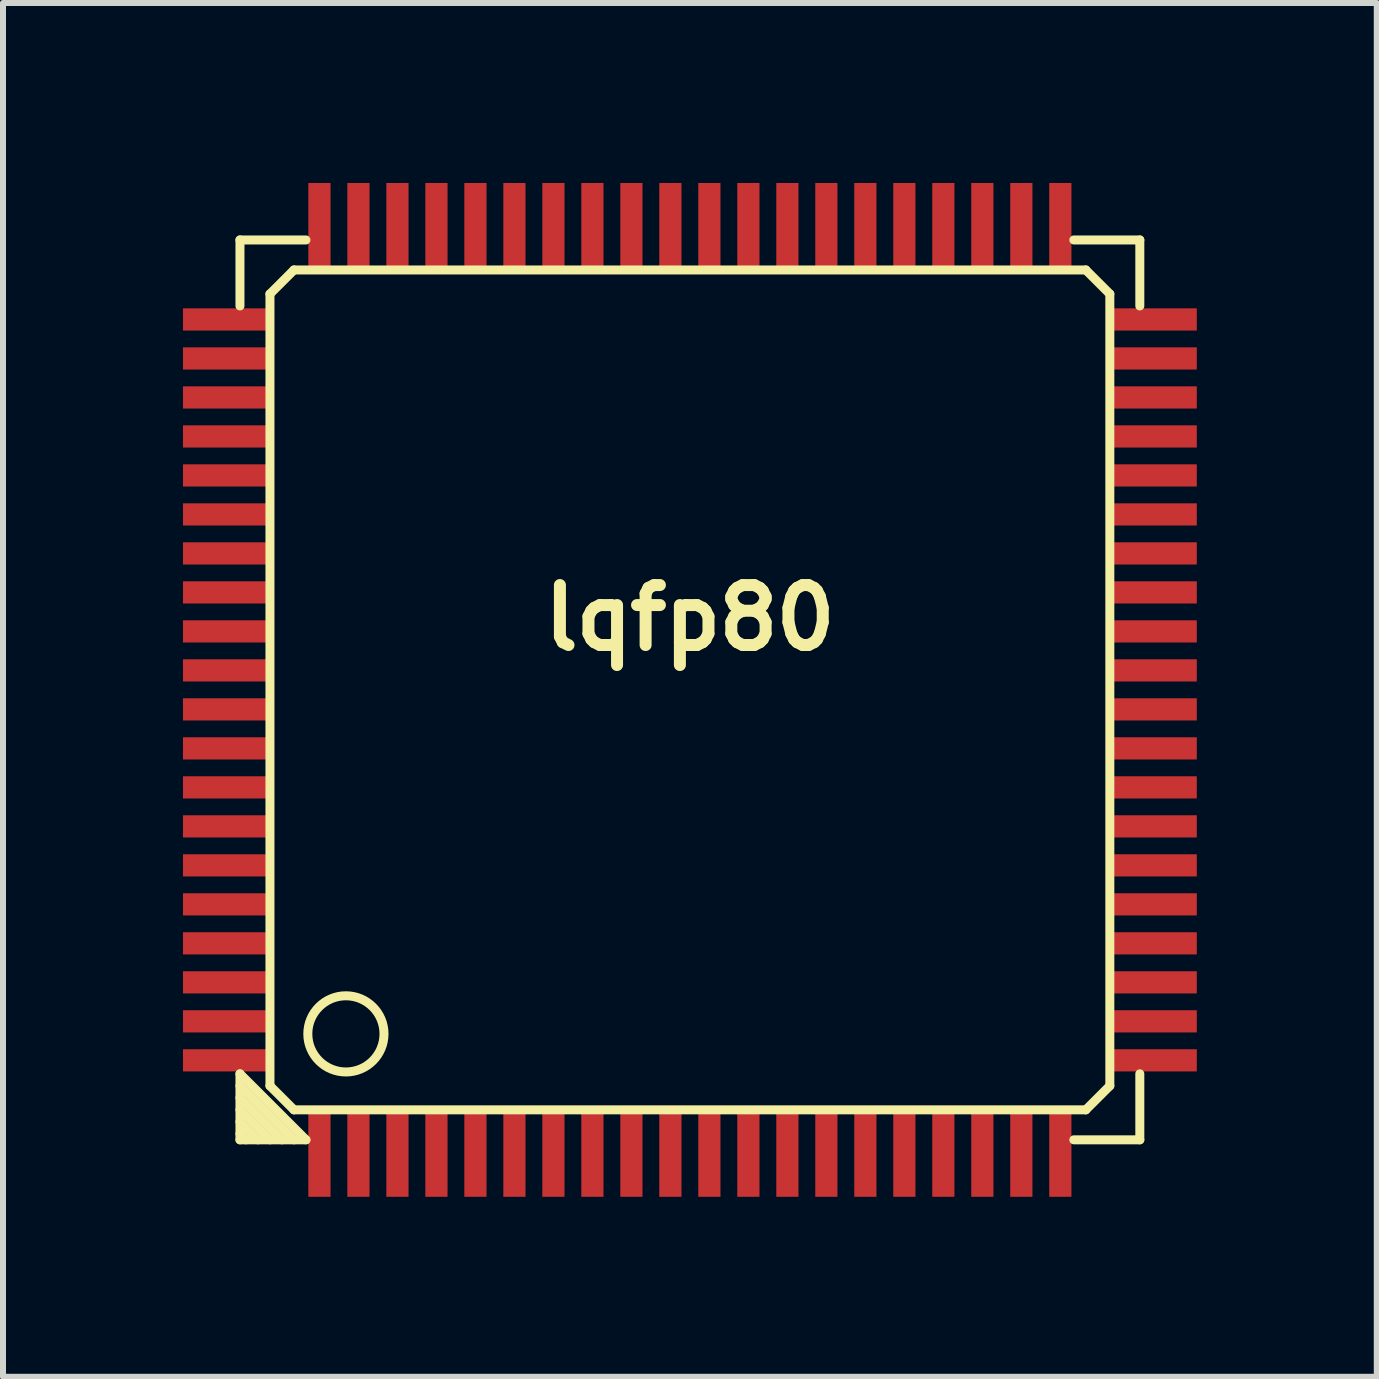
<source format=kicad_pcb>
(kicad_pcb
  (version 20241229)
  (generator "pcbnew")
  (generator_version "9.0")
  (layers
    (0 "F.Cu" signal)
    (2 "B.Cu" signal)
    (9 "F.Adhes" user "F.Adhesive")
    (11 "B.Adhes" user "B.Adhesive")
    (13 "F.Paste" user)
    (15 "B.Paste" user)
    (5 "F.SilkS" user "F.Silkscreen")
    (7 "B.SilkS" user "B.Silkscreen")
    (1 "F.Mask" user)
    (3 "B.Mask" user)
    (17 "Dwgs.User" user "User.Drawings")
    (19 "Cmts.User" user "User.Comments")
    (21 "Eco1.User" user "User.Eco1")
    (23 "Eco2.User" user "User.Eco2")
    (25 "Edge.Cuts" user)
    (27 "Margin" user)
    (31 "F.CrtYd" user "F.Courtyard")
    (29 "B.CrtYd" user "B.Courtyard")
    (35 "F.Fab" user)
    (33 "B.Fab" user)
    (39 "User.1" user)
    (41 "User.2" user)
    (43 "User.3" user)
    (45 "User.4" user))
  (footprint "lqfp80"
    (layer "F.Cu")
    (at 8.45 8.45)
    (property "Reference" "lqfp80" (at 0 -1.2 0) (layer "F.SilkS") (effects (font (size 1 1) (thickness 0.2))))
    (attr through_hole)
    (fp_line (start -7.5 -7.5) (end -6.4 -7.5) (stroke (width 0.15) (type solid)) (layer "F.SilkS"))
    (fp_line (start -7.5 -6.4) (end -7.5 -7.5) (stroke (width 0.15) (type solid)) (layer "F.SilkS"))
    (fp_line (start -7.5 6.4) (end -7.5 7.5) (stroke (width 0.15) (type solid)) (layer "F.SilkS"))
    (fp_line (start -7.5 6.6) (end -6.6 7.5) (stroke (width 0.15) (type solid)) (layer "F.SilkS"))
    (fp_line (start -7.5 7) (end -7 7.5) (stroke (width 0.15) (type solid)) (layer "F.SilkS"))
    (fp_line (start -7.5 7.4) (end -7.4 7.5) (stroke (width 0.15) (type solid)) (layer "F.SilkS"))
    (fp_line (start -7.5 7.5) (end -6.4 7.5) (stroke (width 0.15) (type solid)) (layer "F.SilkS"))
    (fp_line (start -7.2 7.5) (end -7.5 7.2) (stroke (width 0.15) (type solid)) (layer "F.SilkS"))
    (fp_line (start -7 -6.6) (end -7 6.6) (stroke (width 0.15) (type solid)) (layer "F.SilkS"))
    (fp_line (start -7 6.6) (end -6.6 7) (stroke (width 0.15) (type solid)) (layer "F.SilkS"))
    (fp_line (start -6.8 7.5) (end -7.5 6.8) (stroke (width 0.15) (type solid)) (layer "F.SilkS"))
    (fp_line (start -6.6 -7) (end -7 -6.6) (stroke (width 0.15) (type solid)) (layer "F.SilkS"))
    (fp_line (start -6.6 7) (end 6.6 7) (stroke (width 0.15) (type solid)) (layer "F.SilkS"))
    (fp_line (start -6.4 7.5) (end -7.5 6.4) (stroke (width 0.15) (type solid)) (layer "F.SilkS"))
    (fp_line (start 6.4 7.5) (end 7.5 7.5) (stroke (width 0.15) (type solid)) (layer "F.SilkS"))
    (fp_line (start 6.6 -7) (end -6.6 -7) (stroke (width 0.15) (type solid)) (layer "F.SilkS"))
    (fp_line (start 6.6 7) (end 7 6.6) (stroke (width 0.15) (type solid)) (layer "F.SilkS"))
    (fp_line (start 7 -6.6) (end 6.6 -7) (stroke (width 0.15) (type solid)) (layer "F.SilkS"))
    (fp_line (start 7 6.6) (end 7 -6.6) (stroke (width 0.15) (type solid)) (layer "F.SilkS"))
    (fp_line (start 7.5 -7.5) (end 6.4 -7.5) (stroke (width 0.15) (type solid)) (layer "F.SilkS"))
    (fp_line (start 7.5 -7.5) (end 7.5 -6.4) (stroke (width 0.15) (type solid)) (layer "F.SilkS"))
    (fp_line (start 7.5 7.5) (end 7.5 6.4) (stroke (width 0.15) (type solid)) (layer "F.SilkS"))
    (fp_circle (center -5.734 5.734) (end -6.115 6.242) (stroke (width 0.15) (type solid)) (fill no) (layer "F.SilkS"))
    (pad "1" smd rect (at -6.175 7.7) (size 0.37 1.5) (layers "F.Cu" "F.Mask" "F.Paste"))
    (pad "2" smd rect (at -5.525 7.7) (size 0.37 1.5) (layers "F.Cu" "F.Mask" "F.Paste"))
    (pad "3" smd rect (at -4.875 7.7) (size 0.37 1.5) (layers "F.Cu" "F.Mask" "F.Paste"))
    (pad "4" smd rect (at -4.225 7.7) (size 0.37 1.5) (layers "F.Cu" "F.Mask" "F.Paste"))
    (pad "5" smd rect (at -3.575 7.7) (size 0.37 1.5) (layers "F.Cu" "F.Mask" "F.Paste"))
    (pad "6" smd rect (at -2.925 7.7) (size 0.37 1.5) (layers "F.Cu" "F.Mask" "F.Paste"))
    (pad "7" smd rect (at -2.275 7.7) (size 0.37 1.5) (layers "F.Cu" "F.Mask" "F.Paste"))
    (pad "8" smd rect (at -1.625 7.7) (size 0.37 1.5) (layers "F.Cu" "F.Mask" "F.Paste"))
    (pad "9" smd rect (at -0.975 7.7) (size 0.37 1.5) (layers "F.Cu" "F.Mask" "F.Paste"))
    (pad "10" smd rect (at -0.325 7.7) (size 0.37 1.5) (layers "F.Cu" "F.Mask" "F.Paste"))
    (pad "11" smd rect (at 0.325 7.7) (size 0.37 1.5) (layers "F.Cu" "F.Mask" "F.Paste"))
    (pad "12" smd rect (at 0.975 7.7) (size 0.37 1.5) (layers "F.Cu" "F.Mask" "F.Paste"))
    (pad "13" smd rect (at 1.625 7.7) (size 0.37 1.5) (layers "F.Cu" "F.Mask" "F.Paste"))
    (pad "14" smd rect (at 2.275 7.7) (size 0.37 1.5) (layers "F.Cu" "F.Mask" "F.Paste"))
    (pad "15" smd rect (at 2.925 7.7) (size 0.37 1.5) (layers "F.Cu" "F.Mask" "F.Paste"))
    (pad "16" smd rect (at 3.575 7.7) (size 0.37 1.5) (layers "F.Cu" "F.Mask" "F.Paste"))
    (pad "17" smd rect (at 4.225 7.7) (size 0.37 1.5) (layers "F.Cu" "F.Mask" "F.Paste"))
    (pad "18" smd rect (at 4.875 7.7) (size 0.37 1.5) (layers "F.Cu" "F.Mask" "F.Paste"))
    (pad "19" smd rect (at 5.525 7.7) (size 0.37 1.5) (layers "F.Cu" "F.Mask" "F.Paste"))
    (pad "20" smd rect (at 6.175 7.7) (size 0.37 1.5) (layers "F.Cu" "F.Mask" "F.Paste"))
    (pad "21" smd rect (at 7.7 6.175) (size 1.5 0.37) (layers "F.Cu" "F.Mask" "F.Paste"))
    (pad "22" smd rect (at 7.7 5.525) (size 1.5 0.37) (layers "F.Cu" "F.Mask" "F.Paste"))
    (pad "23" smd rect (at 7.7 4.875) (size 1.5 0.37) (layers "F.Cu" "F.Mask" "F.Paste"))
    (pad "24" smd rect (at 7.7 4.225) (size 1.5 0.37) (layers "F.Cu" "F.Mask" "F.Paste"))
    (pad "25" smd rect (at 7.7 3.575) (size 1.5 0.37) (layers "F.Cu" "F.Mask" "F.Paste"))
    (pad "26" smd rect (at 7.7 2.925) (size 1.5 0.37) (layers "F.Cu" "F.Mask" "F.Paste"))
    (pad "27" smd rect (at 7.7 2.275) (size 1.5 0.37) (layers "F.Cu" "F.Mask" "F.Paste"))
    (pad "28" smd rect (at 7.7 1.625) (size 1.5 0.37) (layers "F.Cu" "F.Mask" "F.Paste"))
    (pad "29" smd rect (at 7.7 0.975) (size 1.5 0.37) (layers "F.Cu" "F.Mask" "F.Paste"))
    (pad "30" smd rect (at 7.7 0.325) (size 1.5 0.37) (layers "F.Cu" "F.Mask" "F.Paste"))
    (pad "31" smd rect (at 7.7 -0.325) (size 1.5 0.37) (layers "F.Cu" "F.Mask" "F.Paste"))
    (pad "32" smd rect (at 7.7 -0.975) (size 1.5 0.37) (layers "F.Cu" "F.Mask" "F.Paste"))
    (pad "33" smd rect (at 7.7 -1.625) (size 1.5 0.37) (layers "F.Cu" "F.Mask" "F.Paste"))
    (pad "34" smd rect (at 7.7 -2.275) (size 1.5 0.37) (layers "F.Cu" "F.Mask" "F.Paste"))
    (pad "35" smd rect (at 7.7 -2.925) (size 1.5 0.37) (layers "F.Cu" "F.Mask" "F.Paste"))
    (pad "36" smd rect (at 7.7 -3.575) (size 1.5 0.37) (layers "F.Cu" "F.Mask" "F.Paste"))
    (pad "37" smd rect (at 7.7 -4.225) (size 1.5 0.37) (layers "F.Cu" "F.Mask" "F.Paste"))
    (pad "38" smd rect (at 7.7 -4.875) (size 1.5 0.37) (layers "F.Cu" "F.Mask" "F.Paste"))
    (pad "39" smd rect (at 7.7 -5.525) (size 1.5 0.37) (layers "F.Cu" "F.Mask" "F.Paste"))
    (pad "40" smd rect (at 7.7 -6.175) (size 1.5 0.37) (layers "F.Cu" "F.Mask" "F.Paste"))
    (pad "41" smd rect (at 6.175 -7.7) (size 0.37 1.5) (layers "F.Cu" "F.Mask" "F.Paste"))
    (pad "42" smd rect (at 5.525 -7.7) (size 0.37 1.5) (layers "F.Cu" "F.Mask" "F.Paste"))
    (pad "43" smd rect (at 4.875 -7.7) (size 0.37 1.5) (layers "F.Cu" "F.Mask" "F.Paste"))
    (pad "44" smd rect (at 4.225 -7.7) (size 0.37 1.5) (layers "F.Cu" "F.Mask" "F.Paste"))
    (pad "45" smd rect (at 3.575 -7.7) (size 0.37 1.5) (layers "F.Cu" "F.Mask" "F.Paste"))
    (pad "46" smd rect (at 2.925 -7.7) (size 0.37 1.5) (layers "F.Cu" "F.Mask" "F.Paste"))
    (pad "47" smd rect (at 2.275 -7.7) (size 0.37 1.5) (layers "F.Cu" "F.Mask" "F.Paste"))
    (pad "48" smd rect (at 1.625 -7.7) (size 0.37 1.5) (layers "F.Cu" "F.Mask" "F.Paste"))
    (pad "49" smd rect (at 0.975 -7.7) (size 0.37 1.5) (layers "F.Cu" "F.Mask" "F.Paste"))
    (pad "50" smd rect (at 0.325 -7.7) (size 0.37 1.5) (layers "F.Cu" "F.Mask" "F.Paste"))
    (pad "51" smd rect (at -0.325 -7.7) (size 0.37 1.5) (layers "F.Cu" "F.Mask" "F.Paste"))
    (pad "52" smd rect (at -0.975 -7.7) (size 0.37 1.5) (layers "F.Cu" "F.Mask" "F.Paste"))
    (pad "53" smd rect (at -1.625 -7.7) (size 0.37 1.5) (layers "F.Cu" "F.Mask" "F.Paste"))
    (pad "54" smd rect (at -2.275 -7.7) (size 0.37 1.5) (layers "F.Cu" "F.Mask" "F.Paste"))
    (pad "55" smd rect (at -2.925 -7.7) (size 0.37 1.5) (layers "F.Cu" "F.Mask" "F.Paste"))
    (pad "56" smd rect (at -3.575 -7.7) (size 0.37 1.5) (layers "F.Cu" "F.Mask" "F.Paste"))
    (pad "57" smd rect (at -4.225 -7.7) (size 0.37 1.5) (layers "F.Cu" "F.Mask" "F.Paste"))
    (pad "58" smd rect (at -4.875 -7.7) (size 0.37 1.5) (layers "F.Cu" "F.Mask" "F.Paste"))
    (pad "59" smd rect (at -5.525 -7.7) (size 0.37 1.5) (layers "F.Cu" "F.Mask" "F.Paste"))
    (pad "60" smd rect (at -6.175 -7.7) (size 0.37 1.5) (layers "F.Cu" "F.Mask" "F.Paste"))
    (pad "61" smd rect (at -7.7 -6.175) (size 1.5 0.37) (layers "F.Cu" "F.Mask" "F.Paste"))
    (pad "62" smd rect (at -7.7 -5.525) (size 1.5 0.37) (layers "F.Cu" "F.Mask" "F.Paste"))
    (pad "63" smd rect (at -7.7 -4.875) (size 1.5 0.37) (layers "F.Cu" "F.Mask" "F.Paste"))
    (pad "64" smd rect (at -7.7 -4.225) (size 1.5 0.37) (layers "F.Cu" "F.Mask" "F.Paste"))
    (pad "65" smd rect (at -7.7 -3.575) (size 1.5 0.37) (layers "F.Cu" "F.Mask" "F.Paste"))
    (pad "66" smd rect (at -7.7 -2.925) (size 1.5 0.37) (layers "F.Cu" "F.Mask" "F.Paste"))
    (pad "67" smd rect (at -7.7 -2.275) (size 1.5 0.37) (layers "F.Cu" "F.Mask" "F.Paste"))
    (pad "68" smd rect (at -7.7 -1.625) (size 1.5 0.37) (layers "F.Cu" "F.Mask" "F.Paste"))
    (pad "69" smd rect (at -7.7 -0.975) (size 1.5 0.37) (layers "F.Cu" "F.Mask" "F.Paste"))
    (pad "70" smd rect (at -7.7 -0.325) (size 1.5 0.37) (layers "F.Cu" "F.Mask" "F.Paste"))
    (pad "71" smd rect (at -7.7 0.325) (size 1.5 0.37) (layers "F.Cu" "F.Mask" "F.Paste"))
    (pad "72" smd rect (at -7.7 0.975) (size 1.5 0.37) (layers "F.Cu" "F.Mask" "F.Paste"))
    (pad "73" smd rect (at -7.7 1.625) (size 1.5 0.37) (layers "F.Cu" "F.Mask" "F.Paste"))
    (pad "74" smd rect (at -7.7 2.275) (size 1.5 0.37) (layers "F.Cu" "F.Mask" "F.Paste"))
    (pad "75" smd rect (at -7.7 2.925) (size 1.5 0.37) (layers "F.Cu" "F.Mask" "F.Paste"))
    (pad "76" smd rect (at -7.7 3.575) (size 1.5 0.37) (layers "F.Cu" "F.Mask" "F.Paste"))
    (pad "77" smd rect (at -7.7 4.225) (size 1.5 0.37) (layers "F.Cu" "F.Mask" "F.Paste"))
    (pad "78" smd rect (at -7.7 4.875) (size 1.5 0.37) (layers "F.Cu" "F.Mask" "F.Paste"))
    (pad "79" smd rect (at -7.7 5.525) (size 1.5 0.37) (layers "F.Cu" "F.Mask" "F.Paste"))
    (pad "80" smd rect (at -7.7 6.175) (size 1.5 0.37) (layers "F.Cu" "F.Mask" "F.Paste")))
  (gr_rect
    (start -3 -3)
    (end 19.9 19.9)
    (stroke (width 0.1) (type default))
    (fill no)
    (layer "Edge.Cuts")))
</source>
